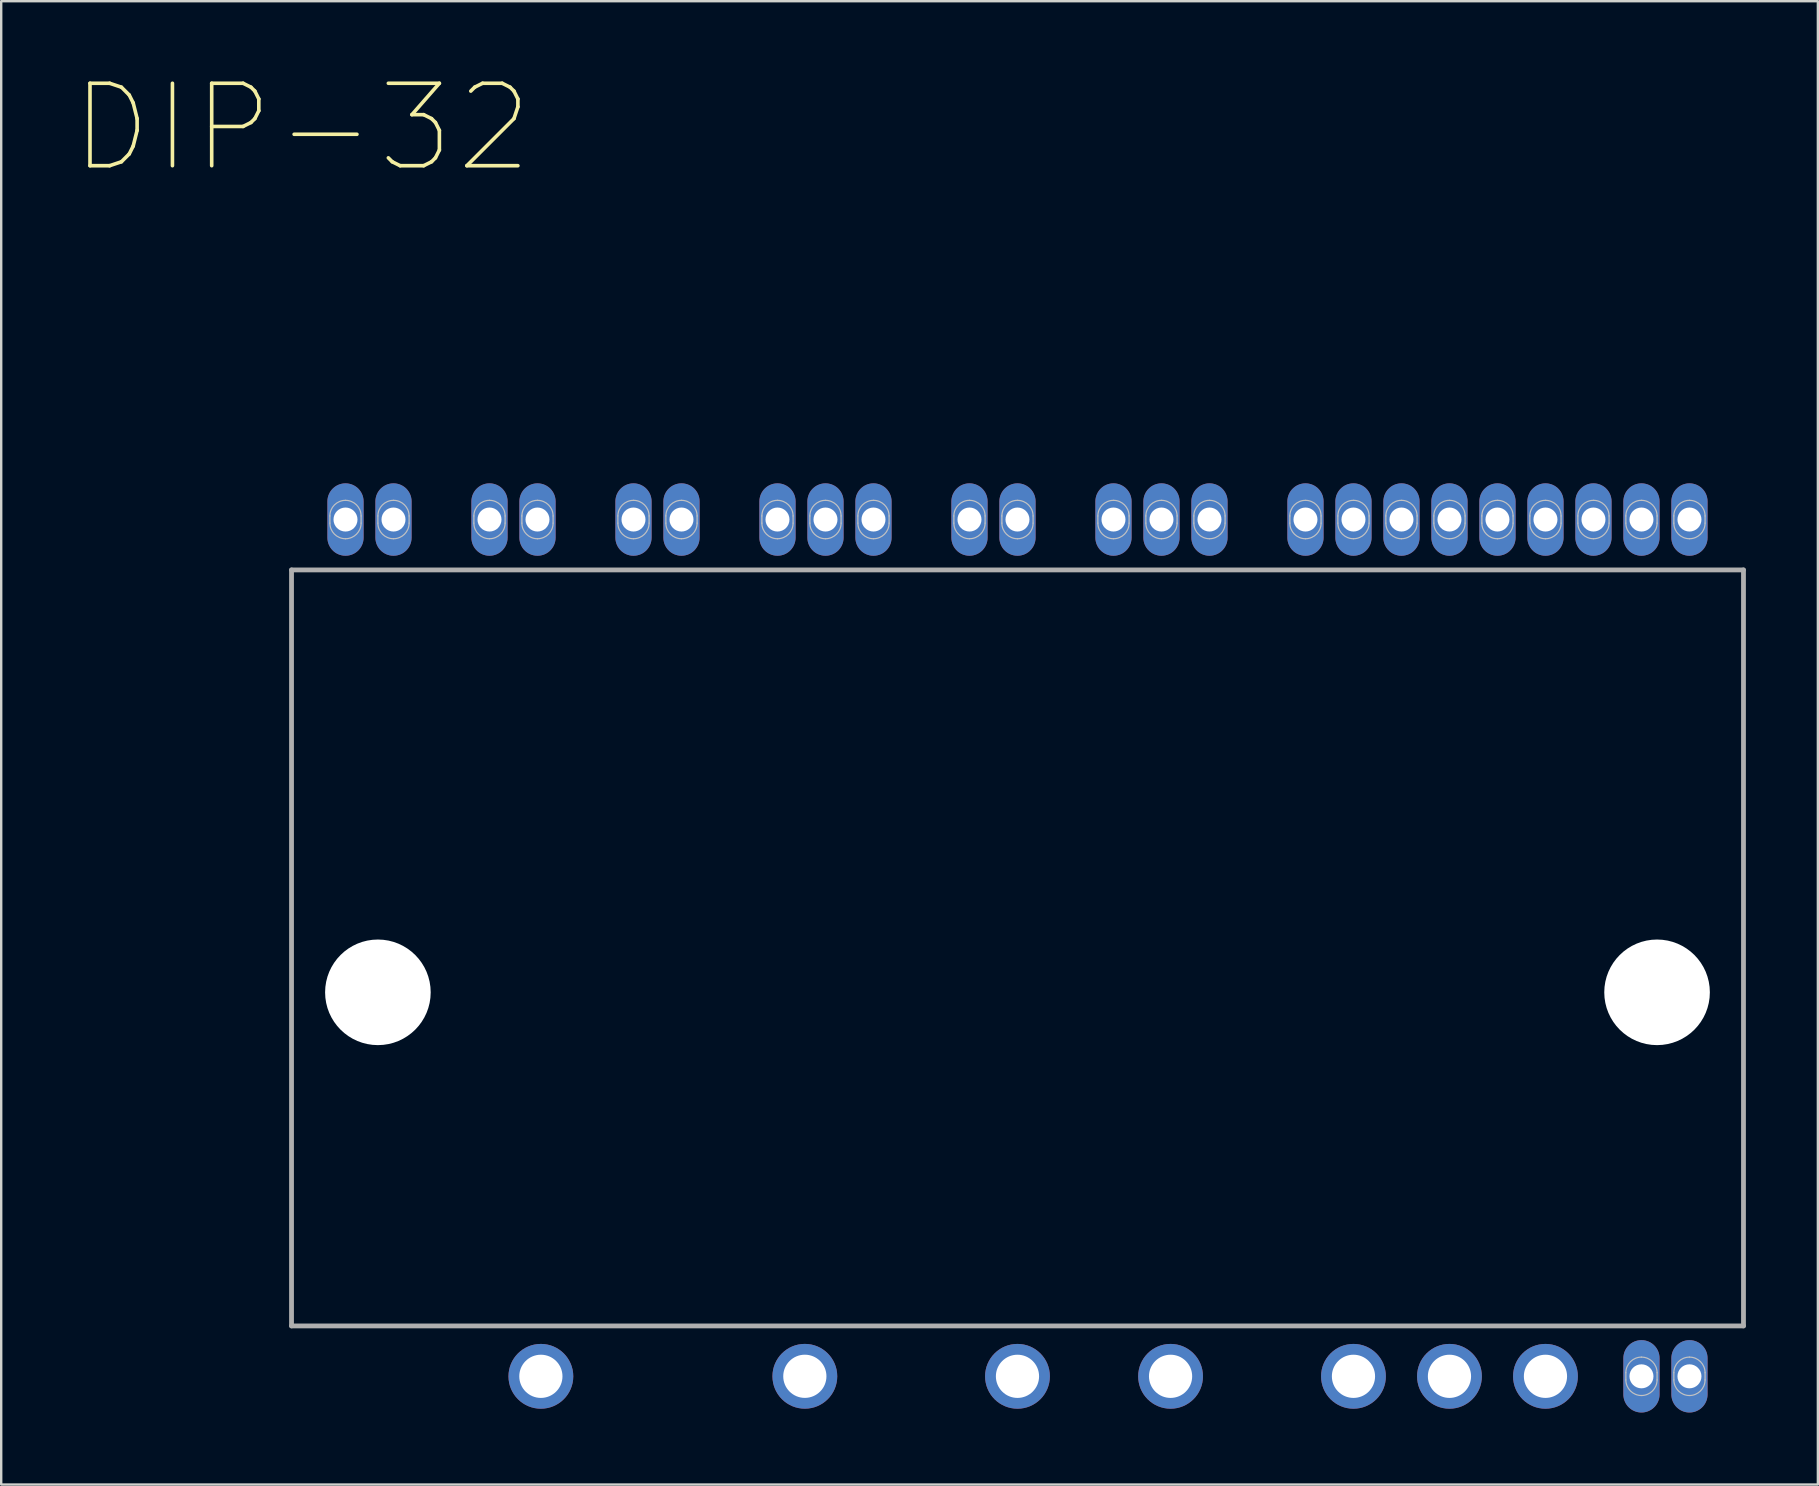
<source format=kicad_pcb>
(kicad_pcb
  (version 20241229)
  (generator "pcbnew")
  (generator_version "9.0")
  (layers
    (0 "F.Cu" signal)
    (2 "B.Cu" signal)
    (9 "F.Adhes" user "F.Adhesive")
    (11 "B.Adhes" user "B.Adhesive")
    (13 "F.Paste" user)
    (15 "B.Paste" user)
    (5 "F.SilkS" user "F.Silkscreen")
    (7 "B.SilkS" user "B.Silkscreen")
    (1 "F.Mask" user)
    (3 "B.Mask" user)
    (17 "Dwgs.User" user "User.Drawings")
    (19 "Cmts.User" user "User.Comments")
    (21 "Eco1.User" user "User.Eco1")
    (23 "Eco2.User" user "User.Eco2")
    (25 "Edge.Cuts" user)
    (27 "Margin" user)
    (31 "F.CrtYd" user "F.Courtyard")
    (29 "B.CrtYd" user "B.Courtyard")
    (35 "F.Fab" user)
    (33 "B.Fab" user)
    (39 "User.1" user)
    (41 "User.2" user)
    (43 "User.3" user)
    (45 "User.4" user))
  (footprint "DIP-32"
    (layer "F.Cu")
    (at 39.346 36.448)
    (property "Reference" "DIP-32" (at -29.813 -34.175 0) (layer "F.SilkS") (effects (font (size 3.435 3.435) (thickness 0.15))))
    (attr through_hole)
    (fp_line (start -28.65 -17.7) (end -28.65 -18) (stroke (width 0.05) (type solid)) (layer "Dwgs.User"))
    (fp_line (start -27.35 -18) (end -27.35 -17.7) (stroke (width 0.05) (type solid)) (layer "Dwgs.User"))
    (fp_line (start -26.65 -17.7) (end -26.65 -18) (stroke (width 0.05) (type solid)) (layer "Dwgs.User"))
    (fp_line (start -25.35 -18) (end -25.35 -17.7) (stroke (width 0.05) (type solid)) (layer "Dwgs.User"))
    (fp_line (start -22.65 -17.7) (end -22.65 -18) (stroke (width 0.05) (type solid)) (layer "Dwgs.User"))
    (fp_line (start -21.35 -18) (end -21.35 -17.7) (stroke (width 0.05) (type solid)) (layer "Dwgs.User"))
    (fp_line (start -20.65 -17.7) (end -20.65 -18) (stroke (width 0.05) (type solid)) (layer "Dwgs.User"))
    (fp_line (start -19.35 -18) (end -19.35 -17.7) (stroke (width 0.05) (type solid)) (layer "Dwgs.User"))
    (fp_line (start -16.65 -17.7) (end -16.65 -18) (stroke (width 0.05) (type solid)) (layer "Dwgs.User"))
    (fp_line (start -15.35 -18) (end -15.35 -17.7) (stroke (width 0.05) (type solid)) (layer "Dwgs.User"))
    (fp_line (start -14.65 -17.7) (end -14.65 -18) (stroke (width 0.05) (type solid)) (layer "Dwgs.User"))
    (fp_line (start -13.35 -18) (end -13.35 -17.7) (stroke (width 0.05) (type solid)) (layer "Dwgs.User"))
    (fp_line (start -10.65 -17.7) (end -10.65 -18) (stroke (width 0.05) (type solid)) (layer "Dwgs.User"))
    (fp_line (start -9.35 -18) (end -9.35 -17.7) (stroke (width 0.05) (type solid)) (layer "Dwgs.User"))
    (fp_line (start -8.65 -17.7) (end -8.65 -18) (stroke (width 0.05) (type solid)) (layer "Dwgs.User"))
    (fp_line (start -7.35 -18) (end -7.35 -17.7) (stroke (width 0.05) (type solid)) (layer "Dwgs.User"))
    (fp_line (start -6.65 -17.7) (end -6.65 -18) (stroke (width 0.05) (type solid)) (layer "Dwgs.User"))
    (fp_line (start -5.35 -18) (end -5.35 -17.7) (stroke (width 0.05) (type solid)) (layer "Dwgs.User"))
    (fp_line (start -2.65 -17.7) (end -2.65 -18) (stroke (width 0.05) (type solid)) (layer "Dwgs.User"))
    (fp_line (start -1.35 -18) (end -1.35 -17.7) (stroke (width 0.05) (type solid)) (layer "Dwgs.User"))
    (fp_line (start -0.65 -17.7) (end -0.65 -18) (stroke (width 0.05) (type solid)) (layer "Dwgs.User"))
    (fp_line (start 0.65 -18) (end 0.65 -17.7) (stroke (width 0.05) (type solid)) (layer "Dwgs.User"))
    (fp_line (start 3.35 -17.7) (end 3.35 -18) (stroke (width 0.05) (type solid)) (layer "Dwgs.User"))
    (fp_line (start 4.65 -18) (end 4.65 -17.7) (stroke (width 0.05) (type solid)) (layer "Dwgs.User"))
    (fp_line (start 5.35 -17.7) (end 5.35 -18) (stroke (width 0.05) (type solid)) (layer "Dwgs.User"))
    (fp_line (start 6.65 -18) (end 6.65 -17.7) (stroke (width 0.05) (type solid)) (layer "Dwgs.User"))
    (fp_line (start 7.35 -17.7) (end 7.35 -18) (stroke (width 0.05) (type solid)) (layer "Dwgs.User"))
    (fp_line (start 8.65 -18) (end 8.65 -17.7) (stroke (width 0.05) (type solid)) (layer "Dwgs.User"))
    (fp_line (start 11.35 -17.7) (end 11.35 -18) (stroke (width 0.05) (type solid)) (layer "Dwgs.User"))
    (fp_line (start 12.65 -18) (end 12.65 -17.7) (stroke (width 0.05) (type solid)) (layer "Dwgs.User"))
    (fp_line (start 13.35 -17.7) (end 13.35 -18) (stroke (width 0.05) (type solid)) (layer "Dwgs.User"))
    (fp_line (start 14.65 -18) (end 14.65 -17.7) (stroke (width 0.05) (type solid)) (layer "Dwgs.User"))
    (fp_line (start 15.35 -17.7) (end 15.35 -18) (stroke (width 0.05) (type solid)) (layer "Dwgs.User"))
    (fp_line (start 16.65 -18) (end 16.65 -17.7) (stroke (width 0.05) (type solid)) (layer "Dwgs.User"))
    (fp_line (start 17.35 -17.7) (end 17.35 -18) (stroke (width 0.05) (type solid)) (layer "Dwgs.User"))
    (fp_line (start 18.65 -18) (end 18.65 -17.7) (stroke (width 0.05) (type solid)) (layer "Dwgs.User"))
    (fp_line (start 19.35 -17.7) (end 19.35 -18) (stroke (width 0.05) (type solid)) (layer "Dwgs.User"))
    (fp_line (start 20.65 -18) (end 20.65 -17.7) (stroke (width 0.05) (type solid)) (layer "Dwgs.User"))
    (fp_line (start 21.35 -17.7) (end 21.35 -18) (stroke (width 0.05) (type solid)) (layer "Dwgs.User"))
    (fp_line (start 22.65 -18) (end 22.65 -17.7) (stroke (width 0.05) (type solid)) (layer "Dwgs.User"))
    (fp_line (start 23.35 -17.7) (end 23.35 -18) (stroke (width 0.05) (type solid)) (layer "Dwgs.User"))
    (fp_line (start 24.65 -18) (end 24.65 -17.7) (stroke (width 0.05) (type solid)) (layer "Dwgs.User"))
    (fp_line (start 25.35 -17.7) (end 25.35 -18) (stroke (width 0.05) (type solid)) (layer "Dwgs.User"))
    (fp_line (start 25.35 18) (end 25.35 17.7) (stroke (width 0.05) (type solid)) (layer "Dwgs.User"))
    (fp_line (start 26.65 -18) (end 26.65 -17.7) (stroke (width 0.05) (type solid)) (layer "Dwgs.User"))
    (fp_line (start 26.65 17.7) (end 26.65 18) (stroke (width 0.05) (type solid)) (layer "Dwgs.User"))
    (fp_line (start 27.35 -17.7) (end 27.35 -18) (stroke (width 0.05) (type solid)) (layer "Dwgs.User"))
    (fp_line (start 27.35 18) (end 27.35 17.7) (stroke (width 0.05) (type solid)) (layer "Dwgs.User"))
    (fp_line (start 28.65 -18) (end 28.65 -17.7) (stroke (width 0.05) (type solid)) (layer "Dwgs.User"))
    (fp_line (start 28.65 17.7) (end 28.65 18) (stroke (width 0.05) (type solid)) (layer "Dwgs.User"))
    (fp_arc (start -28.65 -18) (mid -28.459619 -18.459619) (end -28 -18.65) (stroke (width 0.05) (type solid)) (layer "Dwgs.User"))
    (fp_arc (start -28 -18.65) (mid -27.540381 -18.459619) (end -27.35 -18) (stroke (width 0.05) (type solid)) (layer "Dwgs.User"))
    (fp_arc (start -28 -17.05) (mid -28.459619 -17.240381) (end -28.65 -17.7) (stroke (width 0.05) (type solid)) (layer "Dwgs.User"))
    (fp_arc (start -27.35 -17.7) (mid -27.540381 -17.240381) (end -28 -17.05) (stroke (width 0.05) (type solid)) (layer "Dwgs.User"))
    (fp_arc (start -26.65 -18) (mid -26.459619 -18.459619) (end -26 -18.65) (stroke (width 0.05) (type solid)) (layer "Dwgs.User"))
    (fp_arc (start -26 -18.65) (mid -25.540381 -18.459619) (end -25.35 -18) (stroke (width 0.05) (type solid)) (layer "Dwgs.User"))
    (fp_arc (start -26 -17.05) (mid -26.459619 -17.240381) (end -26.65 -17.7) (stroke (width 0.05) (type solid)) (layer "Dwgs.User"))
    (fp_arc (start -25.35 -17.7) (mid -25.540381 -17.240381) (end -26 -17.05) (stroke (width 0.05) (type solid)) (layer "Dwgs.User"))
    (fp_arc (start -22.65 -18) (mid -22.459619 -18.459619) (end -22 -18.65) (stroke (width 0.05) (type solid)) (layer "Dwgs.User"))
    (fp_arc (start -22 -18.65) (mid -21.540381 -18.459619) (end -21.35 -18) (stroke (width 0.05) (type solid)) (layer "Dwgs.User"))
    (fp_arc (start -22 -17.05) (mid -22.459619 -17.240381) (end -22.65 -17.7) (stroke (width 0.05) (type solid)) (layer "Dwgs.User"))
    (fp_arc (start -21.35 -17.7) (mid -21.540381 -17.240381) (end -22 -17.05) (stroke (width 0.05) (type solid)) (layer "Dwgs.User"))
    (fp_arc (start -20.65 -18) (mid -20.459619 -18.459619) (end -20 -18.65) (stroke (width 0.05) (type solid)) (layer "Dwgs.User"))
    (fp_arc (start -20 -18.65) (mid -19.540381 -18.459619) (end -19.35 -18) (stroke (width 0.05) (type solid)) (layer "Dwgs.User"))
    (fp_arc (start -20 -17.05) (mid -20.459619 -17.240381) (end -20.65 -17.7) (stroke (width 0.05) (type solid)) (layer "Dwgs.User"))
    (fp_arc (start -19.35 -17.7) (mid -19.540381 -17.240381) (end -20 -17.05) (stroke (width 0.05) (type solid)) (layer "Dwgs.User"))
    (fp_arc (start -16.65 -18) (mid -16.459619 -18.459619) (end -16 -18.65) (stroke (width 0.05) (type solid)) (layer "Dwgs.User"))
    (fp_arc (start -16 -18.65) (mid -15.540381 -18.459619) (end -15.35 -18) (stroke (width 0.05) (type solid)) (layer "Dwgs.User"))
    (fp_arc (start -16 -17.05) (mid -16.459619 -17.240381) (end -16.65 -17.7) (stroke (width 0.05) (type solid)) (layer "Dwgs.User"))
    (fp_arc (start -15.35 -17.7) (mid -15.540381 -17.240381) (end -16 -17.05) (stroke (width 0.05) (type solid)) (layer "Dwgs.User"))
    (fp_arc (start -14.65 -18) (mid -14.459619 -18.459619) (end -14 -18.65) (stroke (width 0.05) (type solid)) (layer "Dwgs.User"))
    (fp_arc (start -14 -18.65) (mid -13.540381 -18.459619) (end -13.35 -18) (stroke (width 0.05) (type solid)) (layer "Dwgs.User"))
    (fp_arc (start -14 -17.05) (mid -14.459619 -17.240381) (end -14.65 -17.7) (stroke (width 0.05) (type solid)) (layer "Dwgs.User"))
    (fp_arc (start -13.35 -17.7) (mid -13.540381 -17.240381) (end -14 -17.05) (stroke (width 0.05) (type solid)) (layer "Dwgs.User"))
    (fp_arc (start -10.65 -18) (mid -10.459619 -18.459619) (end -10 -18.65) (stroke (width 0.05) (type solid)) (layer "Dwgs.User"))
    (fp_arc (start -10 -18.65) (mid -9.540381 -18.459619) (end -9.35 -18) (stroke (width 0.05) (type solid)) (layer "Dwgs.User"))
    (fp_arc (start -10 -17.05) (mid -10.459619 -17.240381) (end -10.65 -17.7) (stroke (width 0.05) (type solid)) (layer "Dwgs.User"))
    (fp_arc (start -9.35 -17.7) (mid -9.540381 -17.240381) (end -10 -17.05) (stroke (width 0.05) (type solid)) (layer "Dwgs.User"))
    (fp_arc (start -8.65 -18) (mid -8.459619 -18.459619) (end -8 -18.65) (stroke (width 0.05) (type solid)) (layer "Dwgs.User"))
    (fp_arc (start -8 -18.65) (mid -7.540381 -18.459619) (end -7.35 -18) (stroke (width 0.05) (type solid)) (layer "Dwgs.User"))
    (fp_arc (start -8 -17.05) (mid -8.459619 -17.240381) (end -8.65 -17.7) (stroke (width 0.05) (type solid)) (layer "Dwgs.User"))
    (fp_arc (start -7.35 -17.7) (mid -7.540381 -17.240381) (end -8 -17.05) (stroke (width 0.05) (type solid)) (layer "Dwgs.User"))
    (fp_arc (start -6.65 -18) (mid -6.459619 -18.459619) (end -6 -18.65) (stroke (width 0.05) (type solid)) (layer "Dwgs.User"))
    (fp_arc (start -6 -18.65) (mid -5.540381 -18.459619) (end -5.35 -18) (stroke (width 0.05) (type solid)) (layer "Dwgs.User"))
    (fp_arc (start -6 -17.05) (mid -6.459619 -17.240381) (end -6.65 -17.7) (stroke (width 0.05) (type solid)) (layer "Dwgs.User"))
    (fp_arc (start -5.35 -17.7) (mid -5.540381 -17.240381) (end -6 -17.05) (stroke (width 0.05) (type solid)) (layer "Dwgs.User"))
    (fp_arc (start -2.65 -18) (mid -2.459619 -18.459619) (end -2 -18.65) (stroke (width 0.05) (type solid)) (layer "Dwgs.User"))
    (fp_arc (start -2 -18.65) (mid -1.540381 -18.459619) (end -1.35 -18) (stroke (width 0.05) (type solid)) (layer "Dwgs.User"))
    (fp_arc (start -2 -17.05) (mid -2.459619 -17.240381) (end -2.65 -17.7) (stroke (width 0.05) (type solid)) (layer "Dwgs.User"))
    (fp_arc (start -1.35 -17.7) (mid -1.540381 -17.240381) (end -2 -17.05) (stroke (width 0.05) (type solid)) (layer "Dwgs.User"))
    (fp_arc (start -0.65 -18) (mid -0.459619 -18.459619) (end 0 -18.65) (stroke (width 0.05) (type solid)) (layer "Dwgs.User"))
    (fp_arc (start 0 -18.65) (mid 0.459619 -18.459619) (end 0.65 -18) (stroke (width 0.05) (type solid)) (layer "Dwgs.User"))
    (fp_arc (start 0 -17.05) (mid -0.459619 -17.240381) (end -0.65 -17.7) (stroke (width 0.05) (type solid)) (layer "Dwgs.User"))
    (fp_arc (start 0.65 -17.7) (mid 0.459619 -17.240381) (end 0 -17.05) (stroke (width 0.05) (type solid)) (layer "Dwgs.User"))
    (fp_arc (start 3.35 -18) (mid 3.540381 -18.459619) (end 4 -18.65) (stroke (width 0.05) (type solid)) (layer "Dwgs.User"))
    (fp_arc (start 4 -18.65) (mid 4.459619 -18.459619) (end 4.65 -18) (stroke (width 0.05) (type solid)) (layer "Dwgs.User"))
    (fp_arc (start 4 -17.05) (mid 3.540381 -17.240381) (end 3.35 -17.7) (stroke (width 0.05) (type solid)) (layer "Dwgs.User"))
    (fp_arc (start 4.65 -17.7) (mid 4.459619 -17.240381) (end 4 -17.05) (stroke (width 0.05) (type solid)) (layer "Dwgs.User"))
    (fp_arc (start 5.35 -18) (mid 5.540381 -18.459619) (end 6 -18.65) (stroke (width 0.05) (type solid)) (layer "Dwgs.User"))
    (fp_arc (start 6 -18.65) (mid 6.459619 -18.459619) (end 6.65 -18) (stroke (width 0.05) (type solid)) (layer "Dwgs.User"))
    (fp_arc (start 6 -17.05) (mid 5.540381 -17.240381) (end 5.35 -17.7) (stroke (width 0.05) (type solid)) (layer "Dwgs.User"))
    (fp_arc (start 6.65 -17.7) (mid 6.459619 -17.240381) (end 6 -17.05) (stroke (width 0.05) (type solid)) (layer "Dwgs.User"))
    (fp_arc (start 7.35 -18) (mid 7.540381 -18.459619) (end 8 -18.65) (stroke (width 0.05) (type solid)) (layer "Dwgs.User"))
    (fp_arc (start 8 -18.65) (mid 8.459619 -18.459619) (end 8.65 -18) (stroke (width 0.05) (type solid)) (layer "Dwgs.User"))
    (fp_arc (start 8 -17.05) (mid 7.540381 -17.240381) (end 7.35 -17.7) (stroke (width 0.05) (type solid)) (layer "Dwgs.User"))
    (fp_arc (start 8.65 -17.7) (mid 8.459619 -17.240381) (end 8 -17.05) (stroke (width 0.05) (type solid)) (layer "Dwgs.User"))
    (fp_arc (start 11.35 -18) (mid 11.540381 -18.459619) (end 12 -18.65) (stroke (width 0.05) (type solid)) (layer "Dwgs.User"))
    (fp_arc (start 12 -18.65) (mid 12.459619 -18.459619) (end 12.65 -18) (stroke (width 0.05) (type solid)) (layer "Dwgs.User"))
    (fp_arc (start 12 -17.05) (mid 11.540381 -17.240381) (end 11.35 -17.7) (stroke (width 0.05) (type solid)) (layer "Dwgs.User"))
    (fp_arc (start 12.65 -17.7) (mid 12.459619 -17.240381) (end 12 -17.05) (stroke (width 0.05) (type solid)) (layer "Dwgs.User"))
    (fp_arc (start 13.35 -18) (mid 13.540381 -18.459619) (end 14 -18.65) (stroke (width 0.05) (type solid)) (layer "Dwgs.User"))
    (fp_arc (start 14 -18.65) (mid 14.459619 -18.459619) (end 14.65 -18) (stroke (width 0.05) (type solid)) (layer "Dwgs.User"))
    (fp_arc (start 14 -17.05) (mid 13.540381 -17.240381) (end 13.35 -17.7) (stroke (width 0.05) (type solid)) (layer "Dwgs.User"))
    (fp_arc (start 14.65 -17.7) (mid 14.459619 -17.240381) (end 14 -17.05) (stroke (width 0.05) (type solid)) (layer "Dwgs.User"))
    (fp_arc (start 15.35 -18) (mid 15.540381 -18.459619) (end 16 -18.65) (stroke (width 0.05) (type solid)) (layer "Dwgs.User"))
    (fp_arc (start 16 -18.65) (mid 16.459619 -18.459619) (end 16.65 -18) (stroke (width 0.05) (type solid)) (layer "Dwgs.User"))
    (fp_arc (start 16 -17.05) (mid 15.540381 -17.240381) (end 15.35 -17.7) (stroke (width 0.05) (type solid)) (layer "Dwgs.User"))
    (fp_arc (start 16.65 -17.7) (mid 16.459619 -17.240381) (end 16 -17.05) (stroke (width 0.05) (type solid)) (layer "Dwgs.User"))
    (fp_arc (start 17.35 -18) (mid 17.540381 -18.459619) (end 18 -18.65) (stroke (width 0.05) (type solid)) (layer "Dwgs.User"))
    (fp_arc (start 18 -18.65) (mid 18.459619 -18.459619) (end 18.65 -18) (stroke (width 0.05) (type solid)) (layer "Dwgs.User"))
    (fp_arc (start 18 -17.05) (mid 17.540381 -17.240381) (end 17.35 -17.7) (stroke (width 0.05) (type solid)) (layer "Dwgs.User"))
    (fp_arc (start 18.65 -17.7) (mid 18.459619 -17.240381) (end 18 -17.05) (stroke (width 0.05) (type solid)) (layer "Dwgs.User"))
    (fp_arc (start 19.35 -18) (mid 19.540381 -18.459619) (end 20 -18.65) (stroke (width 0.05) (type solid)) (layer "Dwgs.User"))
    (fp_arc (start 20 -18.65) (mid 20.459619 -18.459619) (end 20.65 -18) (stroke (width 0.05) (type solid)) (layer "Dwgs.User"))
    (fp_arc (start 20 -17.05) (mid 19.540381 -17.240381) (end 19.35 -17.7) (stroke (width 0.05) (type solid)) (layer "Dwgs.User"))
    (fp_arc (start 20.65 -17.7) (mid 20.459619 -17.240381) (end 20 -17.05) (stroke (width 0.05) (type solid)) (layer "Dwgs.User"))
    (fp_arc (start 21.35 -18) (mid 21.540381 -18.459619) (end 22 -18.65) (stroke (width 0.05) (type solid)) (layer "Dwgs.User"))
    (fp_arc (start 22 -18.65) (mid 22.459619 -18.459619) (end 22.65 -18) (stroke (width 0.05) (type solid)) (layer "Dwgs.User"))
    (fp_arc (start 22 -17.05) (mid 21.540381 -17.240381) (end 21.35 -17.7) (stroke (width 0.05) (type solid)) (layer "Dwgs.User"))
    (fp_arc (start 22.65 -17.7) (mid 22.459619 -17.240381) (end 22 -17.05) (stroke (width 0.05) (type solid)) (layer "Dwgs.User"))
    (fp_arc (start 23.35 -18) (mid 23.540381 -18.459619) (end 24 -18.65) (stroke (width 0.05) (type solid)) (layer "Dwgs.User"))
    (fp_arc (start 24 -18.65) (mid 24.459619 -18.459619) (end 24.65 -18) (stroke (width 0.05) (type solid)) (layer "Dwgs.User"))
    (fp_arc (start 24 -17.05) (mid 23.540381 -17.240381) (end 23.35 -17.7) (stroke (width 0.05) (type solid)) (layer "Dwgs.User"))
    (fp_arc (start 24.65 -17.7) (mid 24.459619 -17.240381) (end 24 -17.05) (stroke (width 0.05) (type solid)) (layer "Dwgs.User"))
    (fp_arc (start 25.35 -18) (mid 25.540381 -18.459619) (end 26 -18.65) (stroke (width 0.05) (type solid)) (layer "Dwgs.User"))
    (fp_arc (start 25.35 17.7) (mid 25.540381 17.240381) (end 26 17.05) (stroke (width 0.05) (type solid)) (layer "Dwgs.User"))
    (fp_arc (start 26 -18.65) (mid 26.459619 -18.459619) (end 26.65 -18) (stroke (width 0.05) (type solid)) (layer "Dwgs.User"))
    (fp_arc (start 26 -17.05) (mid 25.540381 -17.240381) (end 25.35 -17.7) (stroke (width 0.05) (type solid)) (layer "Dwgs.User"))
    (fp_arc (start 26 17.05) (mid 26.459619 17.240381) (end 26.65 17.7) (stroke (width 0.05) (type solid)) (layer "Dwgs.User"))
    (fp_arc (start 26 18.65) (mid 25.540381 18.459619) (end 25.35 18) (stroke (width 0.05) (type solid)) (layer "Dwgs.User"))
    (fp_arc (start 26.65 -17.7) (mid 26.459619 -17.240381) (end 26 -17.05) (stroke (width 0.05) (type solid)) (layer "Dwgs.User"))
    (fp_arc (start 26.65 18) (mid 26.459619 18.459619) (end 26 18.65) (stroke (width 0.05) (type solid)) (layer "Dwgs.User"))
    (fp_arc (start 27.35 -18) (mid 27.540381 -18.459619) (end 28 -18.65) (stroke (width 0.05) (type solid)) (layer "Dwgs.User"))
    (fp_arc (start 27.35 17.7) (mid 27.540381 17.240381) (end 28 17.05) (stroke (width 0.05) (type solid)) (layer "Dwgs.User"))
    (fp_arc (start 28 -18.65) (mid 28.459619 -18.459619) (end 28.65 -18) (stroke (width 0.05) (type solid)) (layer "Dwgs.User"))
    (fp_arc (start 28 -17.05) (mid 27.540381 -17.240381) (end 27.35 -17.7) (stroke (width 0.05) (type solid)) (layer "Dwgs.User"))
    (fp_arc (start 28 17.05) (mid 28.459619 17.240381) (end 28.65 17.7) (stroke (width 0.05) (type solid)) (layer "Dwgs.User"))
    (fp_arc (start 28 18.65) (mid 27.540381 18.459619) (end 27.35 18) (stroke (width 0.05) (type solid)) (layer "Dwgs.User"))
    (fp_arc (start 28.65 -17.7) (mid 28.459619 -17.240381) (end 28 -17.05) (stroke (width 0.05) (type solid)) (layer "Dwgs.User"))
    (fp_arc (start 28.65 18) (mid 28.459619 18.459619) (end 28 18.65) (stroke (width 0.05) (type solid)) (layer "Dwgs.User"))
    (fp_line (start -30.249 -15.75) (end -30.249 15.75) (stroke (width 0.2) (type solid)) (layer "F.Fab"))
    (fp_line (start -30.249 15.75) (end 30.251 15.75) (stroke (width 0.2) (type solid)) (layer "F.Fab"))
    (fp_line (start 30.251 -15.75) (end -30.249 -15.75) (stroke (width 0.2) (type solid)) (layer "F.Fab"))
    (fp_line (start 30.251 15.75) (end 30.251 -15.75) (stroke (width 0.2) (type solid)) (layer "F.Fab"))
    (pad "" np_thru_hole circle (at -26.65 1.85) (size 4.4 4.4) (drill 4.4) (layers "*.Cu" "*.Mask"))
    (pad "" np_thru_hole circle (at 26.65 1.85) (size 4.4 4.4) (drill 4.4) (layers "*.Cu" "*.Mask"))
    (pad "1" thru_hole oval (at 28 -17.85) (size 1.508 3.016) (drill 1) (layers "*.Cu" "*.Mask"))
    (pad "2" thru_hole oval (at 26 -17.85) (size 1.508 3.016) (drill 1) (layers "*.Cu" "*.Mask"))
    (pad "3" thru_hole oval (at 24 -17.85) (size 1.508 3.016) (drill 1) (layers "*.Cu" "*.Mask"))
    (pad "4" thru_hole oval (at 22 -17.85) (size 1.508 3.016) (drill 1) (layers "*.Cu" "*.Mask"))
    (pad "5" thru_hole oval (at 20 -17.85) (size 1.508 3.016) (drill 1) (layers "*.Cu" "*.Mask"))
    (pad "6" thru_hole oval (at 18 -17.85) (size 1.508 3.016) (drill 1) (layers "*.Cu" "*.Mask"))
    (pad "7" thru_hole oval (at 16 -17.85) (size 1.508 3.016) (drill 1) (layers "*.Cu" "*.Mask"))
    (pad "8" thru_hole oval (at 14 -17.85) (size 1.508 3.016) (drill 1) (layers "*.Cu" "*.Mask"))
    (pad "9" thru_hole oval (at 12 -17.85) (size 1.508 3.016) (drill 1) (layers "*.Cu" "*.Mask"))
    (pad "10" thru_hole oval (at 8 -17.85) (size 1.508 3.016) (drill 1) (layers "*.Cu" "*.Mask"))
    (pad "11" thru_hole oval (at 6 -17.85) (size 1.508 3.016) (drill 1) (layers "*.Cu" "*.Mask"))
    (pad "12" thru_hole oval (at 4 -17.85) (size 1.508 3.016) (drill 1) (layers "*.Cu" "*.Mask"))
    (pad "13" thru_hole oval (at 0 -17.85) (size 1.508 3.016) (drill 1) (layers "*.Cu" "*.Mask"))
    (pad "14" thru_hole oval (at -2 -17.85) (size 1.508 3.016) (drill 1) (layers "*.Cu" "*.Mask"))
    (pad "15" thru_hole oval (at -6 -17.85) (size 1.508 3.016) (drill 1) (layers "*.Cu" "*.Mask"))
    (pad "16" thru_hole oval (at -8 -17.85) (size 1.508 3.016) (drill 1) (layers "*.Cu" "*.Mask"))
    (pad "17" thru_hole oval (at -10 -17.85) (size 1.508 3.016) (drill 1) (layers "*.Cu" "*.Mask"))
    (pad "18" thru_hole oval (at -14 -17.85) (size 1.508 3.016) (drill 1) (layers "*.Cu" "*.Mask"))
    (pad "19" thru_hole oval (at -16 -17.85) (size 1.508 3.016) (drill 1) (layers "*.Cu" "*.Mask"))
    (pad "20" thru_hole oval (at -20 -17.85) (size 1.508 3.016) (drill 1) (layers "*.Cu" "*.Mask"))
    (pad "21" thru_hole oval (at -22 -17.85) (size 1.508 3.016) (drill 1) (layers "*.Cu" "*.Mask"))
    (pad "22" thru_hole oval (at -26 -17.85) (size 1.508 3.016) (drill 1) (layers "*.Cu" "*.Mask"))
    (pad "23" thru_hole oval (at -28 -17.85) (size 1.508 3.016) (drill 1) (layers "*.Cu" "*.Mask"))
    (pad "24" thru_hole oval (at 28 17.85) (size 1.508 3.016) (drill 1) (layers "*.Cu" "*.Mask"))
    (pad "25" thru_hole oval (at 26 17.85) (size 1.508 3.016) (drill 1) (layers "*.Cu" "*.Mask"))
    (pad "26" thru_hole circle (at 22 17.85) (size 2.7 2.7) (drill 1.8) (layers "*.Cu" "*.Mask"))
    (pad "27" thru_hole circle (at 18 17.85) (size 2.7 2.7) (drill 1.8) (layers "*.Cu" "*.Mask"))
    (pad "28" thru_hole circle (at 14 17.85) (size 2.7 2.7) (drill 1.8) (layers "*.Cu" "*.Mask"))
    (pad "29" thru_hole circle (at 6.379 17.85) (size 2.7 2.7) (drill 1.8) (layers "*.Cu" "*.Mask"))
    (pad "30" thru_hole circle (at 0 17.85) (size 2.7 2.7) (drill 1.8) (layers "*.Cu" "*.Mask"))
    (pad "31" thru_hole circle (at -8.86 17.849) (size 2.7 2.7) (drill 1.8) (layers "*.Cu" "*.Mask"))
    (pad "32" thru_hole circle (at -19.859 17.85) (size 2.7 2.7) (drill 1.8) (layers "*.Cu" "*.Mask")))
  (gr_rect
    (start -3 -3)
    (end 72.697 58.806)
    (stroke (width 0.1) (type default))
    (fill no)
    (layer "Edge.Cuts")))
</source>
